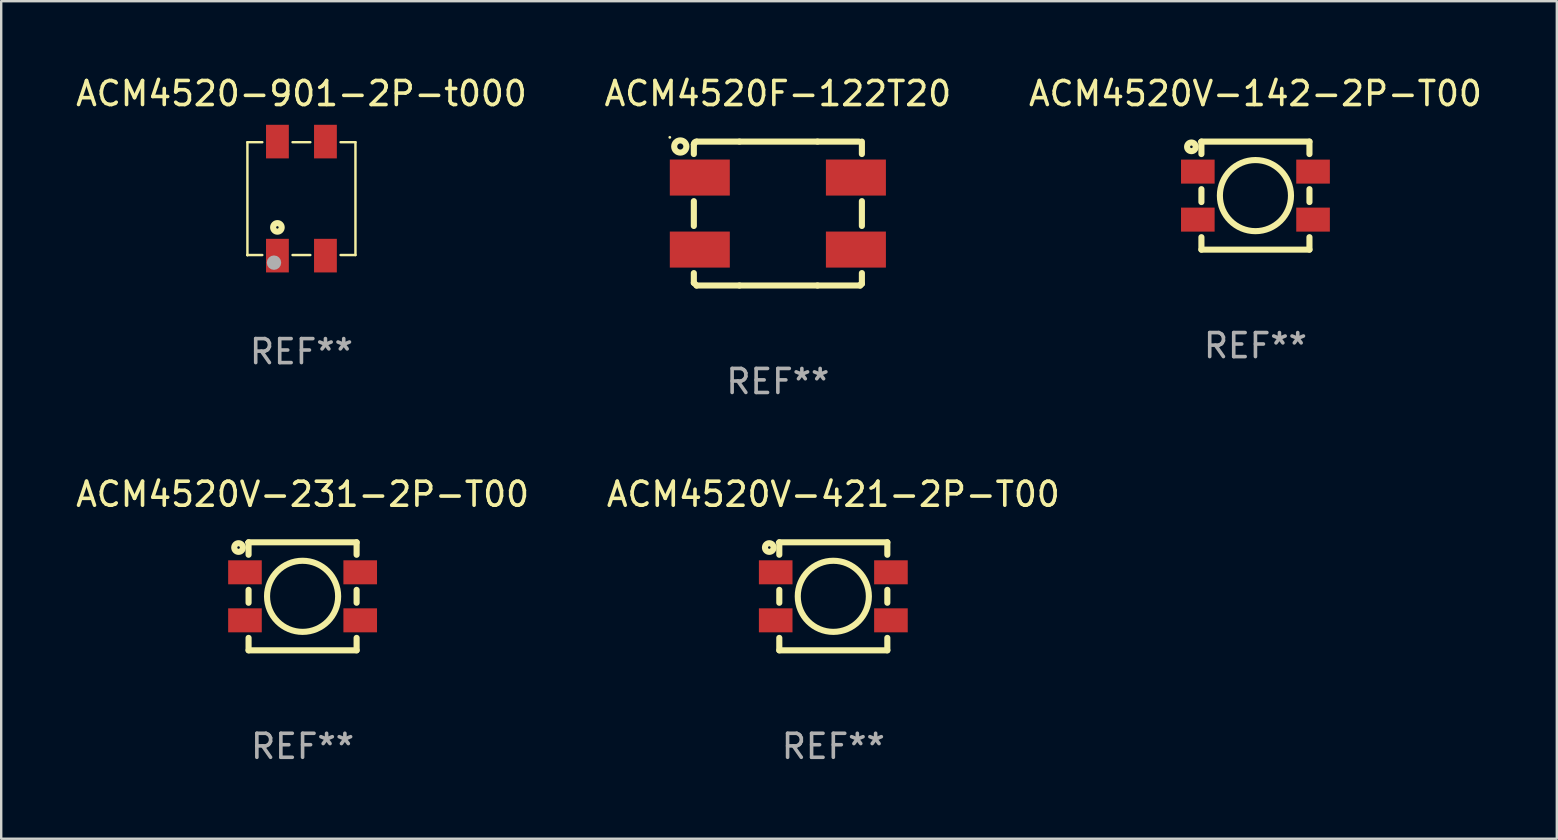
<source format=kicad_pcb>
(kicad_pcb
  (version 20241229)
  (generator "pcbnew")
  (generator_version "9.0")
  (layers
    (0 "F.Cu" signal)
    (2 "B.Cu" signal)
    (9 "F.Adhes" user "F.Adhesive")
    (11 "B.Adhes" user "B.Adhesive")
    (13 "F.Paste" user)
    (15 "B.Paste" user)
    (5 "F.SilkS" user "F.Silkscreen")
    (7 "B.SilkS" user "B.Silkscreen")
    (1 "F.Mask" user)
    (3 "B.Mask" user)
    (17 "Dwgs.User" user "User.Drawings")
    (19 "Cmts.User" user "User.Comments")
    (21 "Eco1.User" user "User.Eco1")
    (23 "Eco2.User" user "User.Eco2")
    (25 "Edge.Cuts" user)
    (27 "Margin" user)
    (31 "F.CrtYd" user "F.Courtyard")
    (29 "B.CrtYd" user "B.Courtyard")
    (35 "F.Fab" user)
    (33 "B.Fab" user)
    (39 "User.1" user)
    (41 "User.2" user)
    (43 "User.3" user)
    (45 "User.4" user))
  (footprint "ACM4520F-122T20"
    (layer "F.Cu")
    (at 29.351 5.845)
    (property "Reference" "ACM4520F-122T20" (at 0 -4.997 0) (layer "F.SilkS") (effects (font (size 1 1) (thickness 0.15))))
    (attr through_hole)
    (fp_line (start -3.5 -2.888) (end -3.5 -2.479) (stroke (width 0.254) (type solid)) (layer "F.SilkS"))
    (fp_line (start -3.5 -0.516) (end -3.5 0.517) (stroke (width 0.254) (type solid)) (layer "F.SilkS"))
    (fp_line (start -3.5 2.48) (end -3.5 2.888) (stroke (width 0.254) (type solid)) (layer "F.SilkS"))
    (fp_line (start -3.378 -2.997) (end -1.6 -2.997) (stroke (width 0.254) (type solid)) (layer "F.SilkS"))
    (fp_line (start -1.6 -2.997) (end 1.651 -2.997) (stroke (width 0.254) (type solid)) (layer "F.SilkS"))
    (fp_line (start -1.6 2.997) (end -3.378 2.997) (stroke (width 0.254) (type solid)) (layer "F.SilkS"))
    (fp_line (start 1.651 -2.997) (end 3.378 -2.997) (stroke (width 0.254) (type solid)) (layer "F.SilkS"))
    (fp_line (start 1.651 2.997) (end -1.6 2.997) (stroke (width 0.254) (type solid)) (layer "F.SilkS"))
    (fp_line (start 3.429 2.997) (end 1.651 2.997) (stroke (width 0.254) (type solid)) (layer "F.SilkS"))
    (fp_line (start 3.5 -2.479) (end 3.5 -2.997) (stroke (width 0.254) (type solid)) (layer "F.SilkS"))
    (fp_line (start 3.5 0.517) (end 3.5 -0.516) (stroke (width 0.254) (type solid)) (layer "F.SilkS"))
    (fp_line (start 3.5 2.929) (end 3.5 2.48) (stroke (width 0.254) (type solid)) (layer "F.SilkS"))
    (fp_arc (start -3.5 -2.888189) (mid -3.467264 -2.967257) (end -3.3882 -3) (stroke (width 0.254001) (type solid)) (layer "F.SilkS"))
    (fp_arc (start -3.5 2.888189) (mid -3.440711 2.940705) (end -3.3882 3) (stroke (width 0.254001) (type solid)) (layer "F.SilkS"))
    (fp_arc (start 3.4293 3) (mid 3.450071 2.950075) (end 3.5 2.929312) (stroke (width 0.254001) (type solid)) (layer "F.SilkS"))
    (fp_circle (center -4.501 -3.174) (end -4.471 -3.174) (stroke (width 0.06) (type solid)) (fill no) (layer "F.SilkS"))
    (fp_circle (center -4.064 -2.793) (end -3.81 -2.793) (stroke (width 0.254) (type solid)) (fill no) (layer "F.SilkS"))
    (fp_text user "REF**" (at 0 6.997 0) (layer "F.Fab") (effects (font (size 1 1) (thickness 0.15))))
    (pad "1" smd rect (at -3.251 -1.499) (size 2.499 1.501) (layers "F.Cu" "F.Mask" "F.Paste"))
    (pad "2" smd rect (at -3.251 1.501) (size 2.499 1.501) (layers "F.Cu" "F.Mask" "F.Paste"))
    (pad "3" smd rect (at 3.251 1.501) (size 2.499 1.501) (layers "F.Cu" "F.Mask" "F.Paste"))
    (pad "4" smd rect (at 3.251 -1.499) (size 2.499 1.501) (layers "F.Cu" "F.Mask" "F.Paste")))
  (footprint "ACM4520V-421-2P-T00"
    (layer "F.Cu")
    (at 31.661 21.789)
    (property "Reference" "ACM4520V-421-2P-T00" (at 0 -4.25 0) (layer "F.SilkS") (effects (font (size 1 1) (thickness 0.15))))
    (attr through_hole)
    (fp_line (start -2.25 -2.25) (end 2.25 -2.25) (stroke (width 0.254) (type solid)) (layer "F.SilkS"))
    (fp_line (start -2.25 -1.731) (end -2.25 -2.25) (stroke (width 0.254) (type solid)) (layer "F.SilkS"))
    (fp_line (start -2.25 0.269) (end -2.25 -0.269) (stroke (width 0.254) (type solid)) (layer "F.SilkS"))
    (fp_line (start -2.25 2.25) (end -2.25 1.731) (stroke (width 0.254) (type solid)) (layer "F.SilkS"))
    (fp_line (start 2.25 -2.25) (end 2.25 -1.731) (stroke (width 0.254) (type solid)) (layer "F.SilkS"))
    (fp_line (start 2.25 -0.269) (end 2.25 0.269) (stroke (width 0.254) (type solid)) (layer "F.SilkS"))
    (fp_line (start 2.25 1.731) (end 2.25 2.25) (stroke (width 0.254) (type solid)) (layer "F.SilkS"))
    (fp_line (start 2.25 2.25) (end -2.25 2.25) (stroke (width 0.254) (type solid)) (layer "F.SilkS"))
    (fp_circle (center -2.667 -2.032) (end -2.487 -2.032) (stroke (width 0.254) (type solid)) (fill no) (layer "F.SilkS"))
    (fp_circle (center -2.34 -2.25) (end -2.31 -2.25) (stroke (width 0.06) (type solid)) (fill no) (layer "F.SilkS"))
    (fp_circle (center 0 0) (end 1.481 0) (stroke (width 0.254) (type solid)) (fill no) (layer "F.SilkS"))
    (fp_text user "REF**" (at 0 6.25 0) (layer "F.Fab") (effects (font (size 1 1) (thickness 0.15))))
    (pad "1" smd rect (at -2.4 -1) (size 1.4 1) (layers "F.Cu" "F.Mask" "F.Paste"))
    (pad "2" smd rect (at -2.4 1) (size 1.4 1) (layers "F.Cu" "F.Mask" "F.Paste"))
    (pad "3" smd rect (at 2.4 1) (size 1.4 1) (layers "F.Cu" "F.Mask" "F.Paste"))
    (pad "4" smd rect (at 2.4 -1) (size 1.4 1) (layers "F.Cu" "F.Mask" "F.Paste")))
  (footprint "ACM4520V-142-2P-T00"
    (layer "F.Cu")
    (at 49.244 5.098)
    (property "Reference" "ACM4520V-142-2P-T00" (at 0 -4.25 0) (layer "F.SilkS") (effects (font (size 1 1) (thickness 0.15))))
    (attr through_hole)
    (fp_line (start -2.25 -2.25) (end 2.25 -2.25) (stroke (width 0.254) (type solid)) (layer "F.SilkS"))
    (fp_line (start -2.25 -1.731) (end -2.25 -2.25) (stroke (width 0.254) (type solid)) (layer "F.SilkS"))
    (fp_line (start -2.25 0.269) (end -2.25 -0.269) (stroke (width 0.254) (type solid)) (layer "F.SilkS"))
    (fp_line (start -2.25 2.25) (end -2.25 1.731) (stroke (width 0.254) (type solid)) (layer "F.SilkS"))
    (fp_line (start 2.25 -2.25) (end 2.25 -1.731) (stroke (width 0.254) (type solid)) (layer "F.SilkS"))
    (fp_line (start 2.25 -0.269) (end 2.25 0.269) (stroke (width 0.254) (type solid)) (layer "F.SilkS"))
    (fp_line (start 2.25 1.731) (end 2.25 2.25) (stroke (width 0.254) (type solid)) (layer "F.SilkS"))
    (fp_line (start 2.25 2.25) (end -2.25 2.25) (stroke (width 0.254) (type solid)) (layer "F.SilkS"))
    (fp_circle (center -2.667 -2.032) (end -2.487 -2.032) (stroke (width 0.254) (type solid)) (fill no) (layer "F.SilkS"))
    (fp_circle (center -2.34 -2.25) (end -2.31 -2.25) (stroke (width 0.06) (type solid)) (fill no) (layer "F.SilkS"))
    (fp_circle (center 0 0) (end 1.481 0) (stroke (width 0.254) (type solid)) (fill no) (layer "F.SilkS"))
    (fp_text user "REF**" (at 0 6.25 0) (layer "F.Fab") (effects (font (size 1 1) (thickness 0.15))))
    (pad "1" smd rect (at -2.4 -1) (size 1.4 1) (layers "F.Cu" "F.Mask" "F.Paste"))
    (pad "2" smd rect (at -2.4 1) (size 1.4 1) (layers "F.Cu" "F.Mask" "F.Paste"))
    (pad "3" smd rect (at 2.4 1) (size 1.4 1) (layers "F.Cu" "F.Mask" "F.Paste"))
    (pad "4" smd rect (at 2.4 -1) (size 1.4 1) (layers "F.Cu" "F.Mask" "F.Paste")))
  (footprint "ACM4520V-231-2P-T00"
    (layer "F.Cu")
    (at 9.554 21.789)
    (property "Reference" "ACM4520V-231-2P-T00" (at 0 -4.25 0) (layer "F.SilkS") (effects (font (size 1 1) (thickness 0.15))))
    (attr through_hole)
    (fp_line (start -2.25 -2.25) (end 2.25 -2.25) (stroke (width 0.254) (type solid)) (layer "F.SilkS"))
    (fp_line (start -2.25 -1.731) (end -2.25 -2.25) (stroke (width 0.254) (type solid)) (layer "F.SilkS"))
    (fp_line (start -2.25 0.269) (end -2.25 -0.269) (stroke (width 0.254) (type solid)) (layer "F.SilkS"))
    (fp_line (start -2.25 2.25) (end -2.25 1.731) (stroke (width 0.254) (type solid)) (layer "F.SilkS"))
    (fp_line (start 2.25 -2.25) (end 2.25 -1.731) (stroke (width 0.254) (type solid)) (layer "F.SilkS"))
    (fp_line (start 2.25 -0.269) (end 2.25 0.269) (stroke (width 0.254) (type solid)) (layer "F.SilkS"))
    (fp_line (start 2.25 1.731) (end 2.25 2.25) (stroke (width 0.254) (type solid)) (layer "F.SilkS"))
    (fp_line (start 2.25 2.25) (end -2.25 2.25) (stroke (width 0.254) (type solid)) (layer "F.SilkS"))
    (fp_circle (center -2.667 -2.032) (end -2.487 -2.032) (stroke (width 0.254) (type solid)) (fill no) (layer "F.SilkS"))
    (fp_circle (center -2.34 -2.25) (end -2.31 -2.25) (stroke (width 0.06) (type solid)) (fill no) (layer "F.SilkS"))
    (fp_circle (center 0 0) (end 1.481 0) (stroke (width 0.254) (type solid)) (fill no) (layer "F.SilkS"))
    (fp_text user "REF**" (at 0 6.25 0) (layer "F.Fab") (effects (font (size 1 1) (thickness 0.15))))
    (pad "1" smd rect (at -2.4 -1) (size 1.4 1) (layers "F.Cu" "F.Mask" "F.Paste"))
    (pad "2" smd rect (at -2.4 1) (size 1.4 1) (layers "F.Cu" "F.Mask" "F.Paste"))
    (pad "3" smd rect (at 2.4 1) (size 1.4 1) (layers "F.Cu" "F.Mask" "F.Paste"))
    (pad "4" smd rect (at 2.4 -1) (size 1.4 1) (layers "F.Cu" "F.Mask" "F.Paste")))
  (footprint "ACM4520-901-2P-t000"
    (layer "F.Cu")
    (at 9.506 5.223)
    (property "Reference" "ACM4520-901-2P-t000" (at 0 -4.375 0) (layer "F.SilkS") (effects (font (size 1 1) (thickness 0.15))))
    (attr through_hole)
    (fp_line (start -2.25 -2.35) (end -2.25 2.35) (stroke (width 0.102) (type solid)) (layer "F.SilkS"))
    (fp_line (start -2.25 -2.35) (end -1.63 -2.35) (stroke (width 0.102) (type solid)) (layer "F.SilkS"))
    (fp_line (start -2.25 2.35) (end -1.63 2.35) (stroke (width 0.102) (type solid)) (layer "F.SilkS"))
    (fp_line (start -0.37 -2.35) (end 0.37 -2.35) (stroke (width 0.102) (type solid)) (layer "F.SilkS"))
    (fp_line (start -0.37 2.35) (end 0.37 2.35) (stroke (width 0.102) (type solid)) (layer "F.SilkS"))
    (fp_line (start 1.63 -2.35) (end 2.25 -2.35) (stroke (width 0.102) (type solid)) (layer "F.SilkS"))
    (fp_line (start 1.63 2.35) (end 2.25 2.35) (stroke (width 0.102) (type solid)) (layer "F.SilkS"))
    (fp_line (start 2.25 -2.35) (end 2.25 2.35) (stroke (width 0.102) (type solid)) (layer "F.SilkS"))
    (fp_circle (center -2.25 2.35) (end -2.22 2.35) (stroke (width 0.06) (type solid)) (fill no) (layer "F.SilkS"))
    (fp_circle (center -1.001 1.199) (end -0.95 1.199) (stroke (width 0.254) (type solid)) (fill no) (layer "F.SilkS"))
    (fp_circle (center -1.143 2.667) (end -0.993 2.667) (stroke (width 0.3) (type solid)) (fill no) (layer "F.Fab"))
    (fp_text user "REF**" (at 0 6.375 0) (layer "F.Fab") (effects (font (size 1 1) (thickness 0.15))))
    (pad "1" smd rect (at -1 2.375) (size 0.95 1.4) (layers "F.Cu" "F.Mask" "F.Paste"))
    (pad "2" smd rect (at 1 2.375) (size 0.95 1.4) (layers "F.Cu" "F.Mask" "F.Paste"))
    (pad "3" smd rect (at 1 -2.375) (size 0.95 1.4) (layers "F.Cu" "F.Mask" "F.Paste"))
    (pad "4" smd rect (at -1 -2.375) (size 0.95 1.4) (layers "F.Cu" "F.Mask" "F.Paste")))
  (gr_rect
    (start -3 -3)
    (end 61.798 31.887)
    (stroke (width 0.1) (type default))
    (fill no)
    (layer "Edge.Cuts")))
</source>
